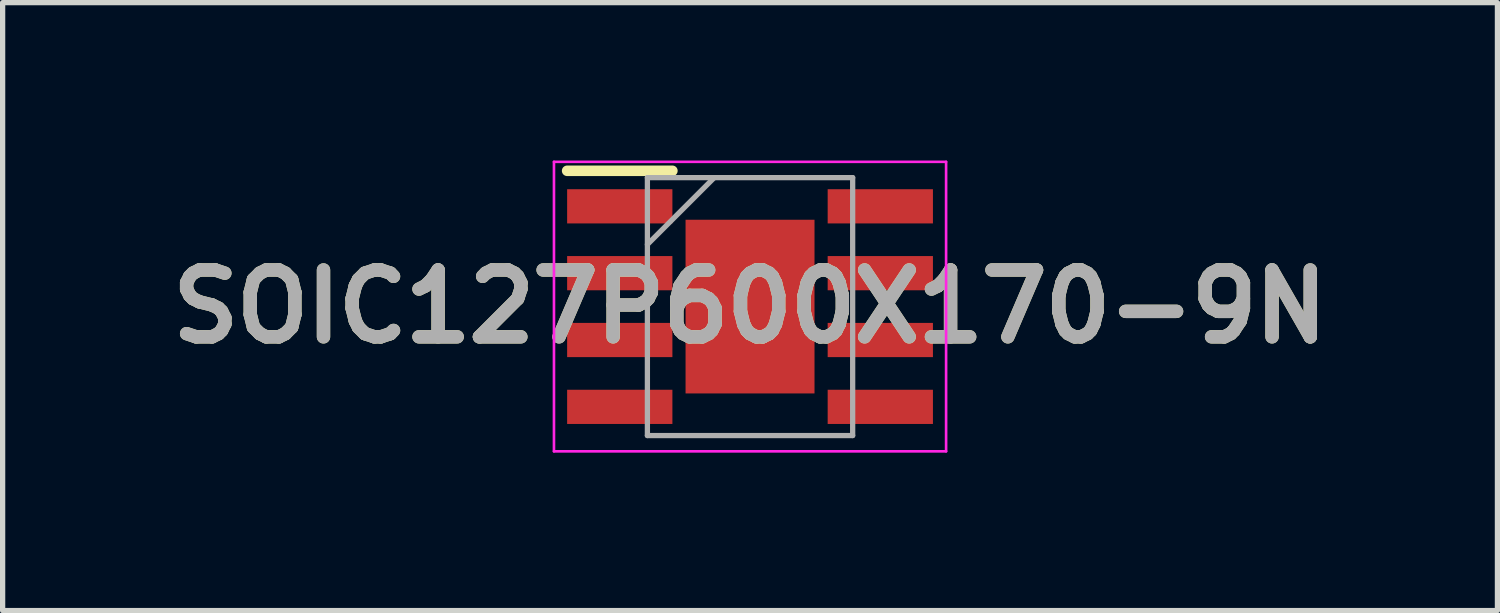
<source format=kicad_pcb>
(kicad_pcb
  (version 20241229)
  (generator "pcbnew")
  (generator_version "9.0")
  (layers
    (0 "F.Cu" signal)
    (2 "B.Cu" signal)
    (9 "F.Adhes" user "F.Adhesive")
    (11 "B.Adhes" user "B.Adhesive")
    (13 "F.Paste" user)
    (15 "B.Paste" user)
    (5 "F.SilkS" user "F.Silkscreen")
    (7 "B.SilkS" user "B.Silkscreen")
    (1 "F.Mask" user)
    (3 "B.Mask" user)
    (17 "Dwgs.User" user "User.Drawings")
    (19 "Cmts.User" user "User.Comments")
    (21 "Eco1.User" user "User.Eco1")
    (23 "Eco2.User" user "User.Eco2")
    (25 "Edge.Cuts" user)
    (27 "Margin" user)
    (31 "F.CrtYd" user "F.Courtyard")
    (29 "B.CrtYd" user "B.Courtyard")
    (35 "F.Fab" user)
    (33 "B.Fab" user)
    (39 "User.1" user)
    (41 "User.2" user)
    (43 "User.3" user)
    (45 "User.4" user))
  (footprint "SOIC127P600X170-9N"
    (layer "F.Cu")
    (at 11.2 2.775)
    (property "Reference" "SOIC127P600X170-9N" (at 0 0 0) (layer "F.SilkS") (effects (font (size 1.27 1.27) (thickness 0.254))))
    (attr smd)
    (fp_line (start -3.475 -2.58) (end -1.475 -2.58) (stroke (width 0.2) (type solid)) (layer "F.SilkS"))
    (fp_line (start -3.725 -2.75) (end 3.725 -2.75) (stroke (width 0.05) (type solid)) (layer "F.CrtYd"))
    (fp_line (start -3.725 2.75) (end -3.725 -2.75) (stroke (width 0.05) (type solid)) (layer "F.CrtYd"))
    (fp_line (start 3.725 -2.75) (end 3.725 2.75) (stroke (width 0.05) (type solid)) (layer "F.CrtYd"))
    (fp_line (start 3.725 2.75) (end -3.725 2.75) (stroke (width 0.05) (type solid)) (layer "F.CrtYd"))
    (fp_line (start -1.95 -2.45) (end 1.95 -2.45) (stroke (width 0.1) (type solid)) (layer "F.Fab"))
    (fp_line (start -1.95 -1.18) (end -0.68 -2.45) (stroke (width 0.1) (type solid)) (layer "F.Fab"))
    (fp_line (start -1.95 2.45) (end -1.95 -2.45) (stroke (width 0.1) (type solid)) (layer "F.Fab"))
    (fp_line (start 1.95 -2.45) (end 1.95 2.45) (stroke (width 0.1) (type solid)) (layer "F.Fab"))
    (fp_line (start 1.95 2.45) (end -1.95 2.45) (stroke (width 0.1) (type solid)) (layer "F.Fab"))
    (fp_text user "${REFERENCE}" (at 0 0 0) (layer "F.Fab") (effects (font (size 1.27 1.27) (thickness 0.254))))
    (pad "1" smd rect (at -2.475 -1.905 90) (size 0.65 2) (layers "F.Cu" "F.Mask" "F.Paste"))
    (pad "2" smd rect (at -2.475 -0.635 90) (size 0.65 2) (layers "F.Cu" "F.Mask" "F.Paste"))
    (pad "3" smd rect (at -2.475 0.635 90) (size 0.65 2) (layers "F.Cu" "F.Mask" "F.Paste"))
    (pad "4" smd rect (at -2.475 1.905 90) (size 0.65 2) (layers "F.Cu" "F.Mask" "F.Paste"))
    (pad "5" smd rect (at 2.475 1.905 90) (size 0.65 2) (layers "F.Cu" "F.Mask" "F.Paste"))
    (pad "6" smd rect (at 2.475 0.635 90) (size 0.65 2) (layers "F.Cu" "F.Mask" "F.Paste"))
    (pad "7" smd rect (at 2.475 -0.635 90) (size 0.65 2) (layers "F.Cu" "F.Mask" "F.Paste"))
    (pad "8" smd rect (at 2.475 -1.905 90) (size 0.65 2) (layers "F.Cu" "F.Mask" "F.Paste"))
    (pad "9" smd rect (at 0 0) (size 2.45 3.3) (layers "F.Cu" "F.Mask" "F.Paste")))
  (gr_rect
    (start -3 -3)
    (end 25.4 8.55)
    (stroke (width 0.1) (type default))
    (fill no)
    (layer "Edge.Cuts")))
</source>
